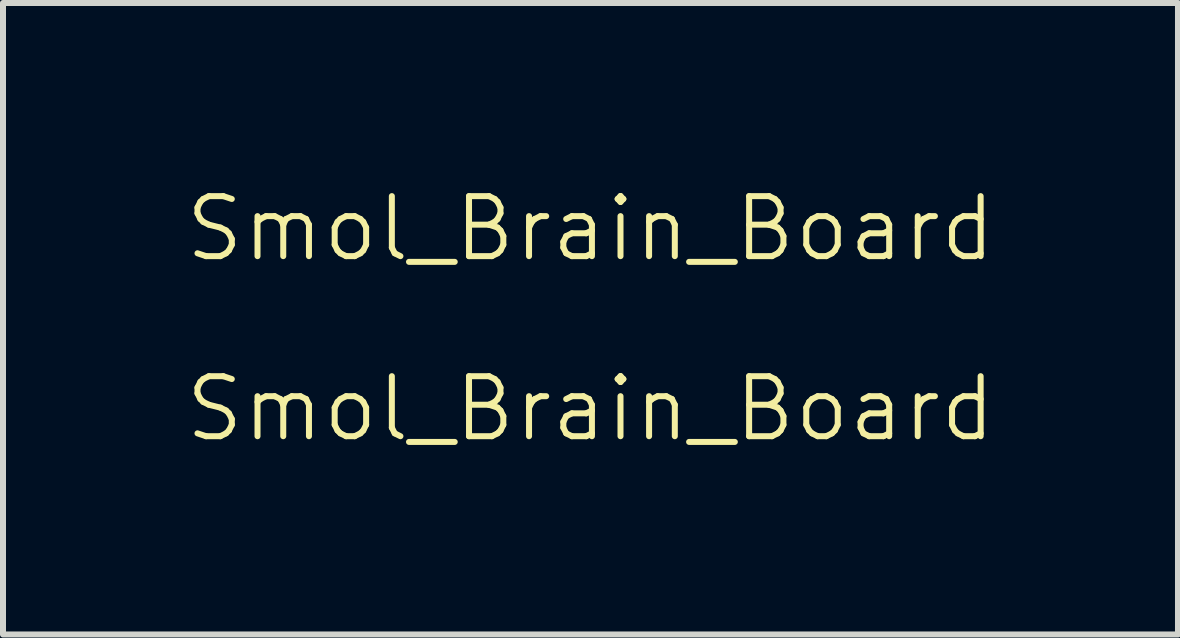
<source format=kicad_pcb>
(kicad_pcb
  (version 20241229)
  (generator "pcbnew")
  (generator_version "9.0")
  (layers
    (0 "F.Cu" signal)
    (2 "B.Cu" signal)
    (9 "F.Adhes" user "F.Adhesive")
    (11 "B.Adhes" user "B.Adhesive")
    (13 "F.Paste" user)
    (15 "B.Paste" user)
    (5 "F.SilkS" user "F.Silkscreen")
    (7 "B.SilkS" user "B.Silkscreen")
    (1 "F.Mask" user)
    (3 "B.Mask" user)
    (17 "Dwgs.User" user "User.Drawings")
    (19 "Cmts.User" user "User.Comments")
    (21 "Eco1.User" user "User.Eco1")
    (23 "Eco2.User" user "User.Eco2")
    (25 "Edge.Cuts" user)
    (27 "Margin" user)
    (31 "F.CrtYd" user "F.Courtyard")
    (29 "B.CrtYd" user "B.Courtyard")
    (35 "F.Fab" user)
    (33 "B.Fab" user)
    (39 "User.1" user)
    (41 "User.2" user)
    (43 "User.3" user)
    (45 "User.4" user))
  (footprint "Smol_Brain_Board"
    (layer "F.Cu")
    (at 6.788 1.26)
    (property "Reference" "Smol_Brain_Board" (at 0 -0.5 0) (unlocked yes) (layer "F.SilkS") (effects (font (size 1 1) (thickness 0.1))))
    (attr smd)
    (fp_text user "${REFERENCE}" (at 0 2.5 0) (unlocked yes) (layer "F.SilkS") (effects (font (size 1 1) (thickness 0.1)))))
  (gr_rect
    (start -3 -3)
    (end 16.576 7.521)
    (stroke (width 0.1) (type default))
    (fill no)
    (layer "Edge.Cuts")))
</source>
